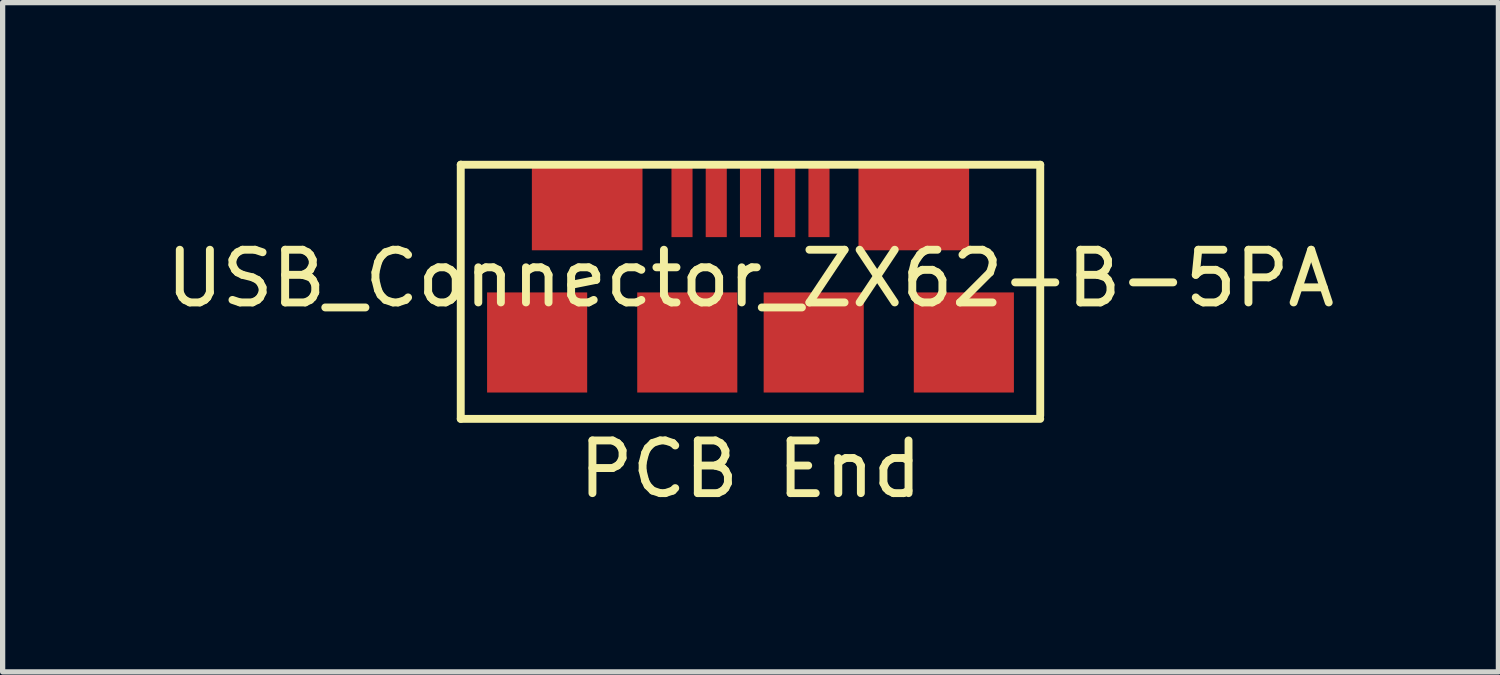
<source format=kicad_pcb>
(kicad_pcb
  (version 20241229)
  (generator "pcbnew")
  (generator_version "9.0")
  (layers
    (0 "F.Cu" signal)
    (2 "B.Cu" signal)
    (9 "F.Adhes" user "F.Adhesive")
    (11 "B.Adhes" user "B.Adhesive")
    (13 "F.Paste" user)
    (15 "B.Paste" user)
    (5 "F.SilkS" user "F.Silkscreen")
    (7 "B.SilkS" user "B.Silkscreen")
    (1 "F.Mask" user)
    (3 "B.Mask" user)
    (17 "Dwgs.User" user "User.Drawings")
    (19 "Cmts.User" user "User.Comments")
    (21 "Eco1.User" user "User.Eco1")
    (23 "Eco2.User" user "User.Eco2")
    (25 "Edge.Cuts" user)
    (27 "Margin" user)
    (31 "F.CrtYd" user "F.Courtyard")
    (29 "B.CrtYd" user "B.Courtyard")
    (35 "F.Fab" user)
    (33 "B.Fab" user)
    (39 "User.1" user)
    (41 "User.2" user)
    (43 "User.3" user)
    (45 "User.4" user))
  (footprint "USB_Connector_ZX62-B-5PA"
    (layer "F.Cu")
    (at 11.196 0.776)
    (property "Reference" "USB_Connector_ZX62-B-5PA" (at 0 1.46 0) (layer "F.SilkS") (effects (font (size 1 1) (thickness 0.15))))
    (attr through_hole)
    (fp_line (start -5.5 -0.701) (end -5.5 4.125) (stroke (width 0.15) (type solid)) (layer "F.SilkS"))
    (fp_line (start -5.5 -0.699) (end 5.5 -0.699) (stroke (width 0.15) (type solid)) (layer "F.SilkS"))
    (fp_line (start -5.5 4.125) (end 5.5 4.125) (stroke (width 0.15) (type solid)) (layer "F.SilkS"))
    (fp_line (start 5.5 4.064) (end 5.5 -0.699) (stroke (width 0.15) (type solid)) (layer "F.SilkS"))
    (fp_text user "PCB End" (at 0 5.08 0) (layer "F.SilkS") (effects (font (size 1 1) (thickness 0.15))))
    (pad "" smd rect (at -4.05 2.675) (size 1.9 1.9) (layers "F.Cu" "F.Mask" "F.Paste"))
    (pad "" smd rect (at -1.2 2.675) (size 1.9 1.9) (layers "F.Cu" "F.Mask" "F.Paste"))
    (pad "" smd rect (at 1.2 2.675) (size 1.9 1.9) (layers "F.Cu" "F.Mask" "F.Paste"))
    (pad "" smd rect (at 4.05 2.675) (size 1.9 1.9) (layers "F.Cu" "F.Mask" "F.Paste"))
    (pad "1" smd rect (at -1.3 0) (size 0.4 1.35) (layers "F.Cu" "F.Mask" "F.Paste"))
    (pad "2" smd rect (at -0.65 0) (size 0.4 1.35) (layers "F.Cu" "F.Mask" "F.Paste"))
    (pad "3" smd rect (at 0 0) (size 0.4 1.35) (layers "F.Cu" "F.Mask" "F.Paste"))
    (pad "4" smd rect (at 0.65 0) (size 0.4 1.35) (layers "F.Cu" "F.Mask" "F.Paste"))
    (pad "5" smd rect (at 1.3 0) (size 0.4 1.35) (layers "F.Cu" "F.Mask" "F.Paste"))
    (pad "6" smd rect (at -3.1 0.125) (size 2.1 1.6) (layers "F.Cu" "F.Mask" "F.Paste"))
    (pad "6" smd rect (at 3.1 0.125) (size 2.1 1.6) (layers "F.Cu" "F.Mask" "F.Paste")))
  (gr_rect
    (start -3 -3)
    (end 25.393 9.704)
    (stroke (width 0.1) (type default))
    (fill no)
    (layer "Edge.Cuts")))
</source>
